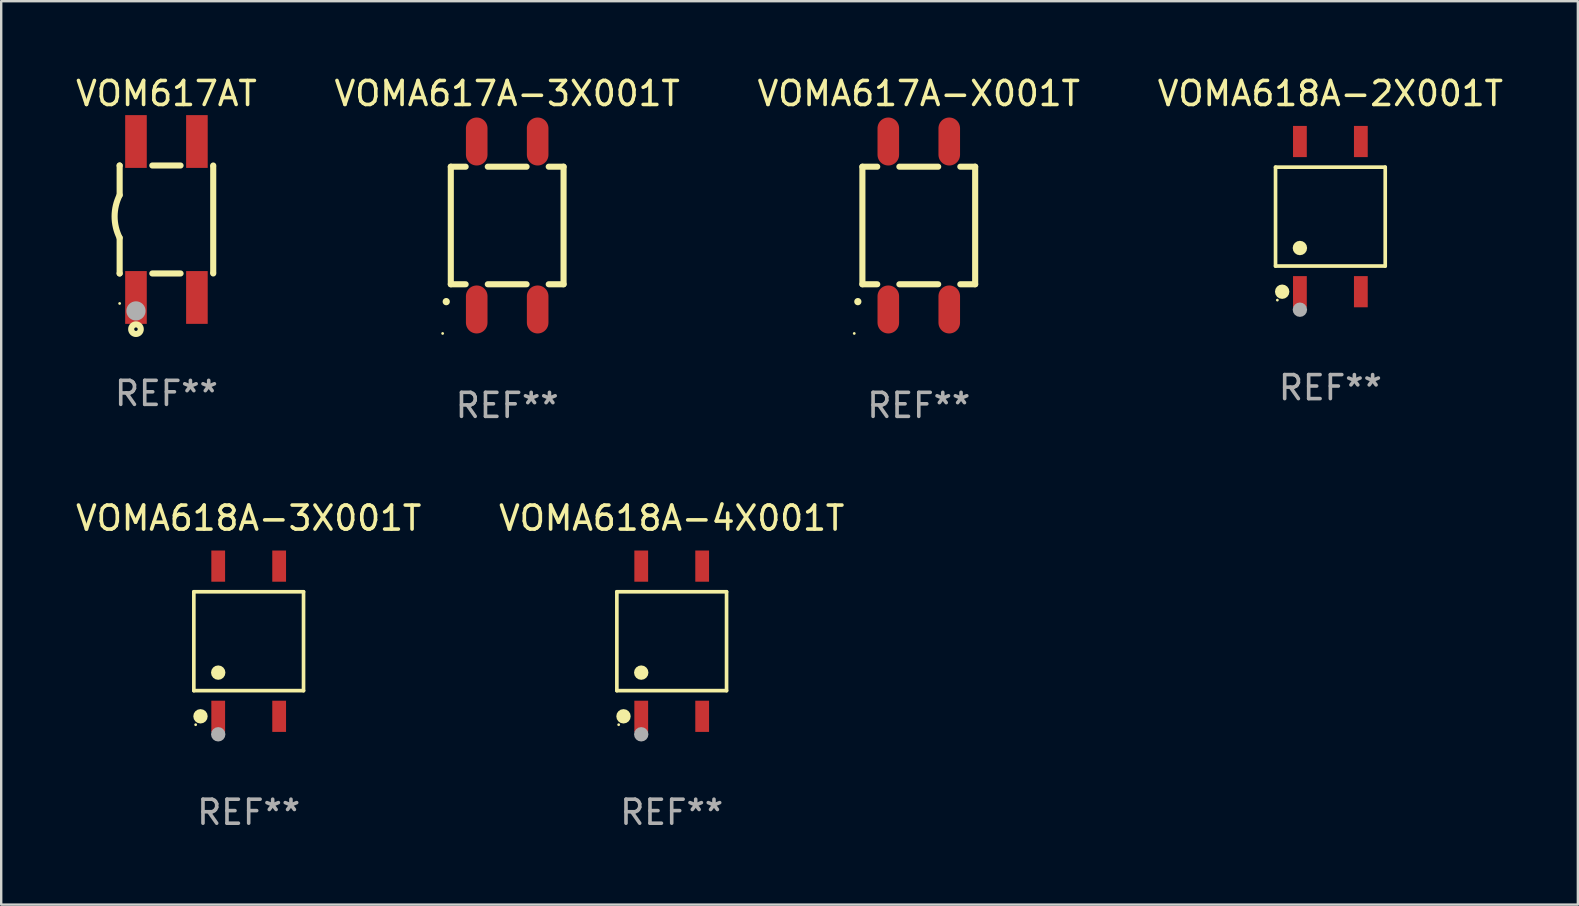
<source format=kicad_pcb>
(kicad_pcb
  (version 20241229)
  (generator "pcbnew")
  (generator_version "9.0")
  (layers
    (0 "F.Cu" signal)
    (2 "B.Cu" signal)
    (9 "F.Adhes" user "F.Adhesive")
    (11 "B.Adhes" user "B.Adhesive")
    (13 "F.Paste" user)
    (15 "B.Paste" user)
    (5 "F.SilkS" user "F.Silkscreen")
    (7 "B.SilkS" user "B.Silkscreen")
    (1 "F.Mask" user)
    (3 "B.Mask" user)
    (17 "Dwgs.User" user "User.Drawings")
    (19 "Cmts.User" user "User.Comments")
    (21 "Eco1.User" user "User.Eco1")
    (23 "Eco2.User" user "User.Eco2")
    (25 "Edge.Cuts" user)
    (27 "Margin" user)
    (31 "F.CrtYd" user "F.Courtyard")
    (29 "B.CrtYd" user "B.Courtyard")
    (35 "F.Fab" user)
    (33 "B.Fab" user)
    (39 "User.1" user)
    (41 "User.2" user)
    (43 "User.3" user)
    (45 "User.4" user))
  (footprint "VOMA618A-2X001T"
    (layer "F.Cu")
    (at 52.399 5.978)
    (property "Reference" "VOMA618A-2X001T" (at 0 -5.13 0) (layer "F.SilkS") (effects (font (size 1 1) (thickness 0.15))))
    (attr through_hole)
    (fp_line (start -2.286 -2.061) (end 2.286 -2.061) (stroke (width 0.152) (type solid)) (layer "F.SilkS"))
    (fp_line (start -2.286 2.061) (end -2.286 -2.061) (stroke (width 0.152) (type solid)) (layer "F.SilkS"))
    (fp_line (start 2.286 -2.061) (end 2.286 2.061) (stroke (width 0.152) (type solid)) (layer "F.SilkS"))
    (fp_line (start 2.286 2.061) (end -2.286 2.061) (stroke (width 0.152) (type solid)) (layer "F.SilkS"))
    (fp_circle (center -2.21 3.48) (end -2.18 3.48) (stroke (width 0.06) (type solid)) (fill no) (layer "F.SilkS"))
    (fp_circle (center -2.009 3.13) (end -1.859 3.13) (stroke (width 0.3) (type solid)) (fill no) (layer "F.SilkS"))
    (fp_circle (center -1.27 1.309) (end -1.12 1.309) (stroke (width 0.3) (type solid)) (fill no) (layer "F.SilkS"))
    (fp_circle (center -1.27 3.88) (end -1.12 3.88) (stroke (width 0.3) (type solid)) (fill no) (layer "F.Fab"))
    (fp_text user "REF**" (at 0 7.13 0) (layer "F.Fab") (effects (font (size 1 1) (thickness 0.15))))
    (pad "1" smd rect (at -1.27 3.13) (size 0.574 1.3) (layers "F.Cu" "F.Mask" "F.Paste"))
    (pad "2" smd rect (at 1.27 3.13) (size 0.574 1.3) (layers "F.Cu" "F.Mask" "F.Paste"))
    (pad "3" smd rect (at 1.27 -3.13) (size 0.574 1.3) (layers "F.Cu" "F.Mask" "F.Paste"))
    (pad "4" smd rect (at -1.27 -3.13) (size 0.574 1.3) (layers "F.Cu" "F.Mask" "F.Paste")))
  (footprint "VOM617AT"
    (layer "F.Cu")
    (at 3.887 6.098)
    (property "Reference" "VOM617AT" (at 0 -5.25 0) (layer "F.SilkS") (effects (font (size 1 1) (thickness 0.15))))
    (attr through_hole)
    (fp_line (start -1.95 -2.25) (end -1.951 -2.25) (stroke (width 0.254) (type solid)) (layer "F.SilkS"))
    (fp_line (start -1.95 -2.25) (end -1.95 -1.016) (stroke (width 0.254) (type solid)) (layer "F.SilkS"))
    (fp_line (start -1.95 2.25) (end -1.951 2.25) (stroke (width 0.254) (type solid)) (layer "F.SilkS"))
    (fp_line (start -1.95 2.25) (end -1.95 0.762) (stroke (width 0.254) (type solid)) (layer "F.SilkS"))
    (fp_line (start -0.589 -2.25) (end 0.589 -2.25) (stroke (width 0.254) (type solid)) (layer "F.SilkS"))
    (fp_line (start -0.589 2.25) (end 0.589 2.25) (stroke (width 0.254) (type solid)) (layer "F.SilkS"))
    (fp_line (start 1.95 -2.2) (end 1.95 2.2) (stroke (width 0.254) (type solid)) (layer "F.SilkS"))
    (fp_line (start 1.951 -2.25) (end 1.95 -2.25) (stroke (width 0.254) (type solid)) (layer "F.SilkS"))
    (fp_line (start 1.951 2.25) (end 1.95 2.25) (stroke (width 0.254) (type solid)) (layer "F.SilkS"))
    (fp_arc (start -1.950711 0.762001) (mid -2.160315 -0.12709) (end -1.949949 -1.016002) (stroke (width 0.254001) (type solid)) (layer "F.SilkS"))
    (fp_circle (center -1.95 3.5) (end -1.92 3.5) (stroke (width 0.06) (type solid)) (fill no) (layer "F.SilkS"))
    (fp_circle (center -1.27 4.572) (end -1.07 4.572) (stroke (width 0.254) (type solid)) (fill no) (layer "F.SilkS"))
    (fp_circle (center -1.27 3.81) (end -1.07 3.81) (stroke (width 0.4) (type solid)) (fill no) (layer "F.Fab"))
    (fp_text user "REF**" (at 0 7.25 0) (layer "F.Fab") (effects (font (size 1 1) (thickness 0.15))))
    (pad "1" smd rect (at -1.27 3.25 90) (size 2.2 0.9) (layers "F.Cu" "F.Mask" "F.Paste"))
    (pad "2" smd rect (at 1.27 3.25 90) (size 2.2 0.9) (layers "F.Cu" "F.Mask" "F.Paste"))
    (pad "3" smd rect (at 1.27 -3.25 90) (size 2.2 0.9) (layers "F.Cu" "F.Mask" "F.Paste"))
    (pad "4" smd rect (at -1.27 -3.25 90) (size 2.2 0.9) (layers "F.Cu" "F.Mask" "F.Paste")))
  (footprint "VOMA618A-4X001T"
    (layer "F.Cu")
    (at 24.946 23.675)
    (property "Reference" "VOMA618A-4X001T" (at 0 -5.13 0) (layer "F.SilkS") (effects (font (size 1 1) (thickness 0.15))))
    (attr through_hole)
    (fp_line (start -2.286 -2.061) (end 2.286 -2.061) (stroke (width 0.152) (type solid)) (layer "F.SilkS"))
    (fp_line (start -2.286 2.061) (end -2.286 -2.061) (stroke (width 0.152) (type solid)) (layer "F.SilkS"))
    (fp_line (start 2.286 -2.061) (end 2.286 2.061) (stroke (width 0.152) (type solid)) (layer "F.SilkS"))
    (fp_line (start 2.286 2.061) (end -2.286 2.061) (stroke (width 0.152) (type solid)) (layer "F.SilkS"))
    (fp_circle (center -2.21 3.48) (end -2.18 3.48) (stroke (width 0.06) (type solid)) (fill no) (layer "F.SilkS"))
    (fp_circle (center -2.009 3.13) (end -1.859 3.13) (stroke (width 0.3) (type solid)) (fill no) (layer "F.SilkS"))
    (fp_circle (center -1.27 1.309) (end -1.12 1.309) (stroke (width 0.3) (type solid)) (fill no) (layer "F.SilkS"))
    (fp_circle (center -1.27 3.88) (end -1.12 3.88) (stroke (width 0.3) (type solid)) (fill no) (layer "F.Fab"))
    (fp_text user "REF**" (at 0 7.13 0) (layer "F.Fab") (effects (font (size 1 1) (thickness 0.15))))
    (pad "1" smd rect (at -1.27 3.13) (size 0.574 1.3) (layers "F.Cu" "F.Mask" "F.Paste"))
    (pad "2" smd rect (at 1.27 3.13) (size 0.574 1.3) (layers "F.Cu" "F.Mask" "F.Paste"))
    (pad "3" smd rect (at 1.27 -3.13) (size 0.574 1.3) (layers "F.Cu" "F.Mask" "F.Paste"))
    (pad "4" smd rect (at -1.27 -3.13) (size 0.574 1.3) (layers "F.Cu" "F.Mask" "F.Paste")))
  (footprint "VOMA617A-X001T"
    (layer "F.Cu")
    (at 35.244 6.348)
    (property "Reference" "VOMA617A-X001T" (at 0 -5.5 0) (layer "F.SilkS") (effects (font (size 1 1) (thickness 0.15))))
    (attr through_hole)
    (fp_line (start -2.35 -2.45) (end -2.35 2.45) (stroke (width 0.254) (type solid)) (layer "F.SilkS"))
    (fp_line (start -2.35 -2.45) (end -1.731 -2.45) (stroke (width 0.254) (type solid)) (layer "F.SilkS"))
    (fp_line (start -2.35 2.45) (end -1.731 2.45) (stroke (width 0.254) (type solid)) (layer "F.SilkS"))
    (fp_line (start -0.809 -2.45) (end 0.809 -2.45) (stroke (width 0.254) (type solid)) (layer "F.SilkS"))
    (fp_line (start -0.809 2.45) (end 0.809 2.45) (stroke (width 0.254) (type solid)) (layer "F.SilkS"))
    (fp_line (start 1.731 -2.45) (end 2.35 -2.45) (stroke (width 0.254) (type solid)) (layer "F.SilkS"))
    (fp_line (start 1.731 2.45) (end 2.35 2.45) (stroke (width 0.254) (type solid)) (layer "F.SilkS"))
    (fp_line (start 2.35 -2.45) (end 2.35 2.45) (stroke (width 0.254) (type solid)) (layer "F.SilkS"))
    (fp_arc (start -2.540005 3.174879) (mid -2.54001 3.173609) (end -2.540005 3.172339) (stroke (width 0.3) (type solid)) (layer "F.SilkS"))
    (fp_circle (center -2.69 4.5) (end -2.66 4.5) (stroke (width 0.06) (type solid)) (fill no) (layer "F.SilkS"))
    (fp_text user "REF**" (at 0 7.5 0) (layer "F.Fab") (effects (font (size 1 1) (thickness 0.15))))
    (pad "1" smd oval (at -1.27 3.5 180) (size 0.9 2) (layers "F.Cu" "F.Mask" "F.Paste"))
    (pad "2" smd oval (at 1.27 3.5 180) (size 0.9 2) (layers "F.Cu" "F.Mask" "F.Paste"))
    (pad "3" smd oval (at 1.27 -3.5 180) (size 0.9 2) (layers "F.Cu" "F.Mask" "F.Paste"))
    (pad "4" smd oval (at -1.27 -3.5 180) (size 0.9 2) (layers "F.Cu" "F.Mask" "F.Paste")))
  (footprint "VOMA618A-3X001T"
    (layer "F.Cu")
    (at 7.315 23.675)
    (property "Reference" "VOMA618A-3X001T" (at 0 -5.13 0) (layer "F.SilkS") (effects (font (size 1 1) (thickness 0.15))))
    (attr through_hole)
    (fp_line (start -2.286 -2.061) (end 2.286 -2.061) (stroke (width 0.152) (type solid)) (layer "F.SilkS"))
    (fp_line (start -2.286 2.061) (end -2.286 -2.061) (stroke (width 0.152) (type solid)) (layer "F.SilkS"))
    (fp_line (start 2.286 -2.061) (end 2.286 2.061) (stroke (width 0.152) (type solid)) (layer "F.SilkS"))
    (fp_line (start 2.286 2.061) (end -2.286 2.061) (stroke (width 0.152) (type solid)) (layer "F.SilkS"))
    (fp_circle (center -2.21 3.48) (end -2.18 3.48) (stroke (width 0.06) (type solid)) (fill no) (layer "F.SilkS"))
    (fp_circle (center -2.009 3.13) (end -1.859 3.13) (stroke (width 0.3) (type solid)) (fill no) (layer "F.SilkS"))
    (fp_circle (center -1.27 1.309) (end -1.12 1.309) (stroke (width 0.3) (type solid)) (fill no) (layer "F.SilkS"))
    (fp_circle (center -1.27 3.88) (end -1.12 3.88) (stroke (width 0.3) (type solid)) (fill no) (layer "F.Fab"))
    (fp_text user "REF**" (at 0 7.13 0) (layer "F.Fab") (effects (font (size 1 1) (thickness 0.15))))
    (pad "1" smd rect (at -1.27 3.13) (size 0.574 1.3) (layers "F.Cu" "F.Mask" "F.Paste"))
    (pad "2" smd rect (at 1.27 3.13) (size 0.574 1.3) (layers "F.Cu" "F.Mask" "F.Paste"))
    (pad "3" smd rect (at 1.27 -3.13) (size 0.574 1.3) (layers "F.Cu" "F.Mask" "F.Paste"))
    (pad "4" smd rect (at -1.27 -3.13) (size 0.574 1.3) (layers "F.Cu" "F.Mask" "F.Paste")))
  (footprint "VOMA617A-3X001T"
    (layer "F.Cu")
    (at 18.089 6.348)
    (property "Reference" "VOMA617A-3X001T" (at 0 -5.5 0) (layer "F.SilkS") (effects (font (size 1 1) (thickness 0.15))))
    (attr through_hole)
    (fp_line (start -2.35 -2.45) (end -2.35 2.45) (stroke (width 0.254) (type solid)) (layer "F.SilkS"))
    (fp_line (start -2.35 -2.45) (end -1.731 -2.45) (stroke (width 0.254) (type solid)) (layer "F.SilkS"))
    (fp_line (start -2.35 2.45) (end -1.731 2.45) (stroke (width 0.254) (type solid)) (layer "F.SilkS"))
    (fp_line (start -0.809 -2.45) (end 0.809 -2.45) (stroke (width 0.254) (type solid)) (layer "F.SilkS"))
    (fp_line (start -0.809 2.45) (end 0.809 2.45) (stroke (width 0.254) (type solid)) (layer "F.SilkS"))
    (fp_line (start 1.731 -2.45) (end 2.35 -2.45) (stroke (width 0.254) (type solid)) (layer "F.SilkS"))
    (fp_line (start 1.731 2.45) (end 2.35 2.45) (stroke (width 0.254) (type solid)) (layer "F.SilkS"))
    (fp_line (start 2.35 -2.45) (end 2.35 2.45) (stroke (width 0.254) (type solid)) (layer "F.SilkS"))
    (fp_arc (start -2.540005 3.174879) (mid -2.54001 3.173609) (end -2.540005 3.172339) (stroke (width 0.3) (type solid)) (layer "F.SilkS"))
    (fp_circle (center -2.69 4.5) (end -2.66 4.5) (stroke (width 0.06) (type solid)) (fill no) (layer "F.SilkS"))
    (fp_text user "REF**" (at 0 7.5 0) (layer "F.Fab") (effects (font (size 1 1) (thickness 0.15))))
    (pad "1" smd oval (at -1.27 3.5 180) (size 0.9 2) (layers "F.Cu" "F.Mask" "F.Paste"))
    (pad "2" smd oval (at 1.27 3.5 180) (size 0.9 2) (layers "F.Cu" "F.Mask" "F.Paste"))
    (pad "3" smd oval (at 1.27 -3.5 180) (size 0.9 2) (layers "F.Cu" "F.Mask" "F.Paste"))
    (pad "4" smd oval (at -1.27 -3.5 180) (size 0.9 2) (layers "F.Cu" "F.Mask" "F.Paste")))
  (gr_rect
    (start -3 -3)
    (end 62.714 34.653)
    (stroke (width 0.1) (type default))
    (fill no)
    (layer "Edge.Cuts")))
</source>
